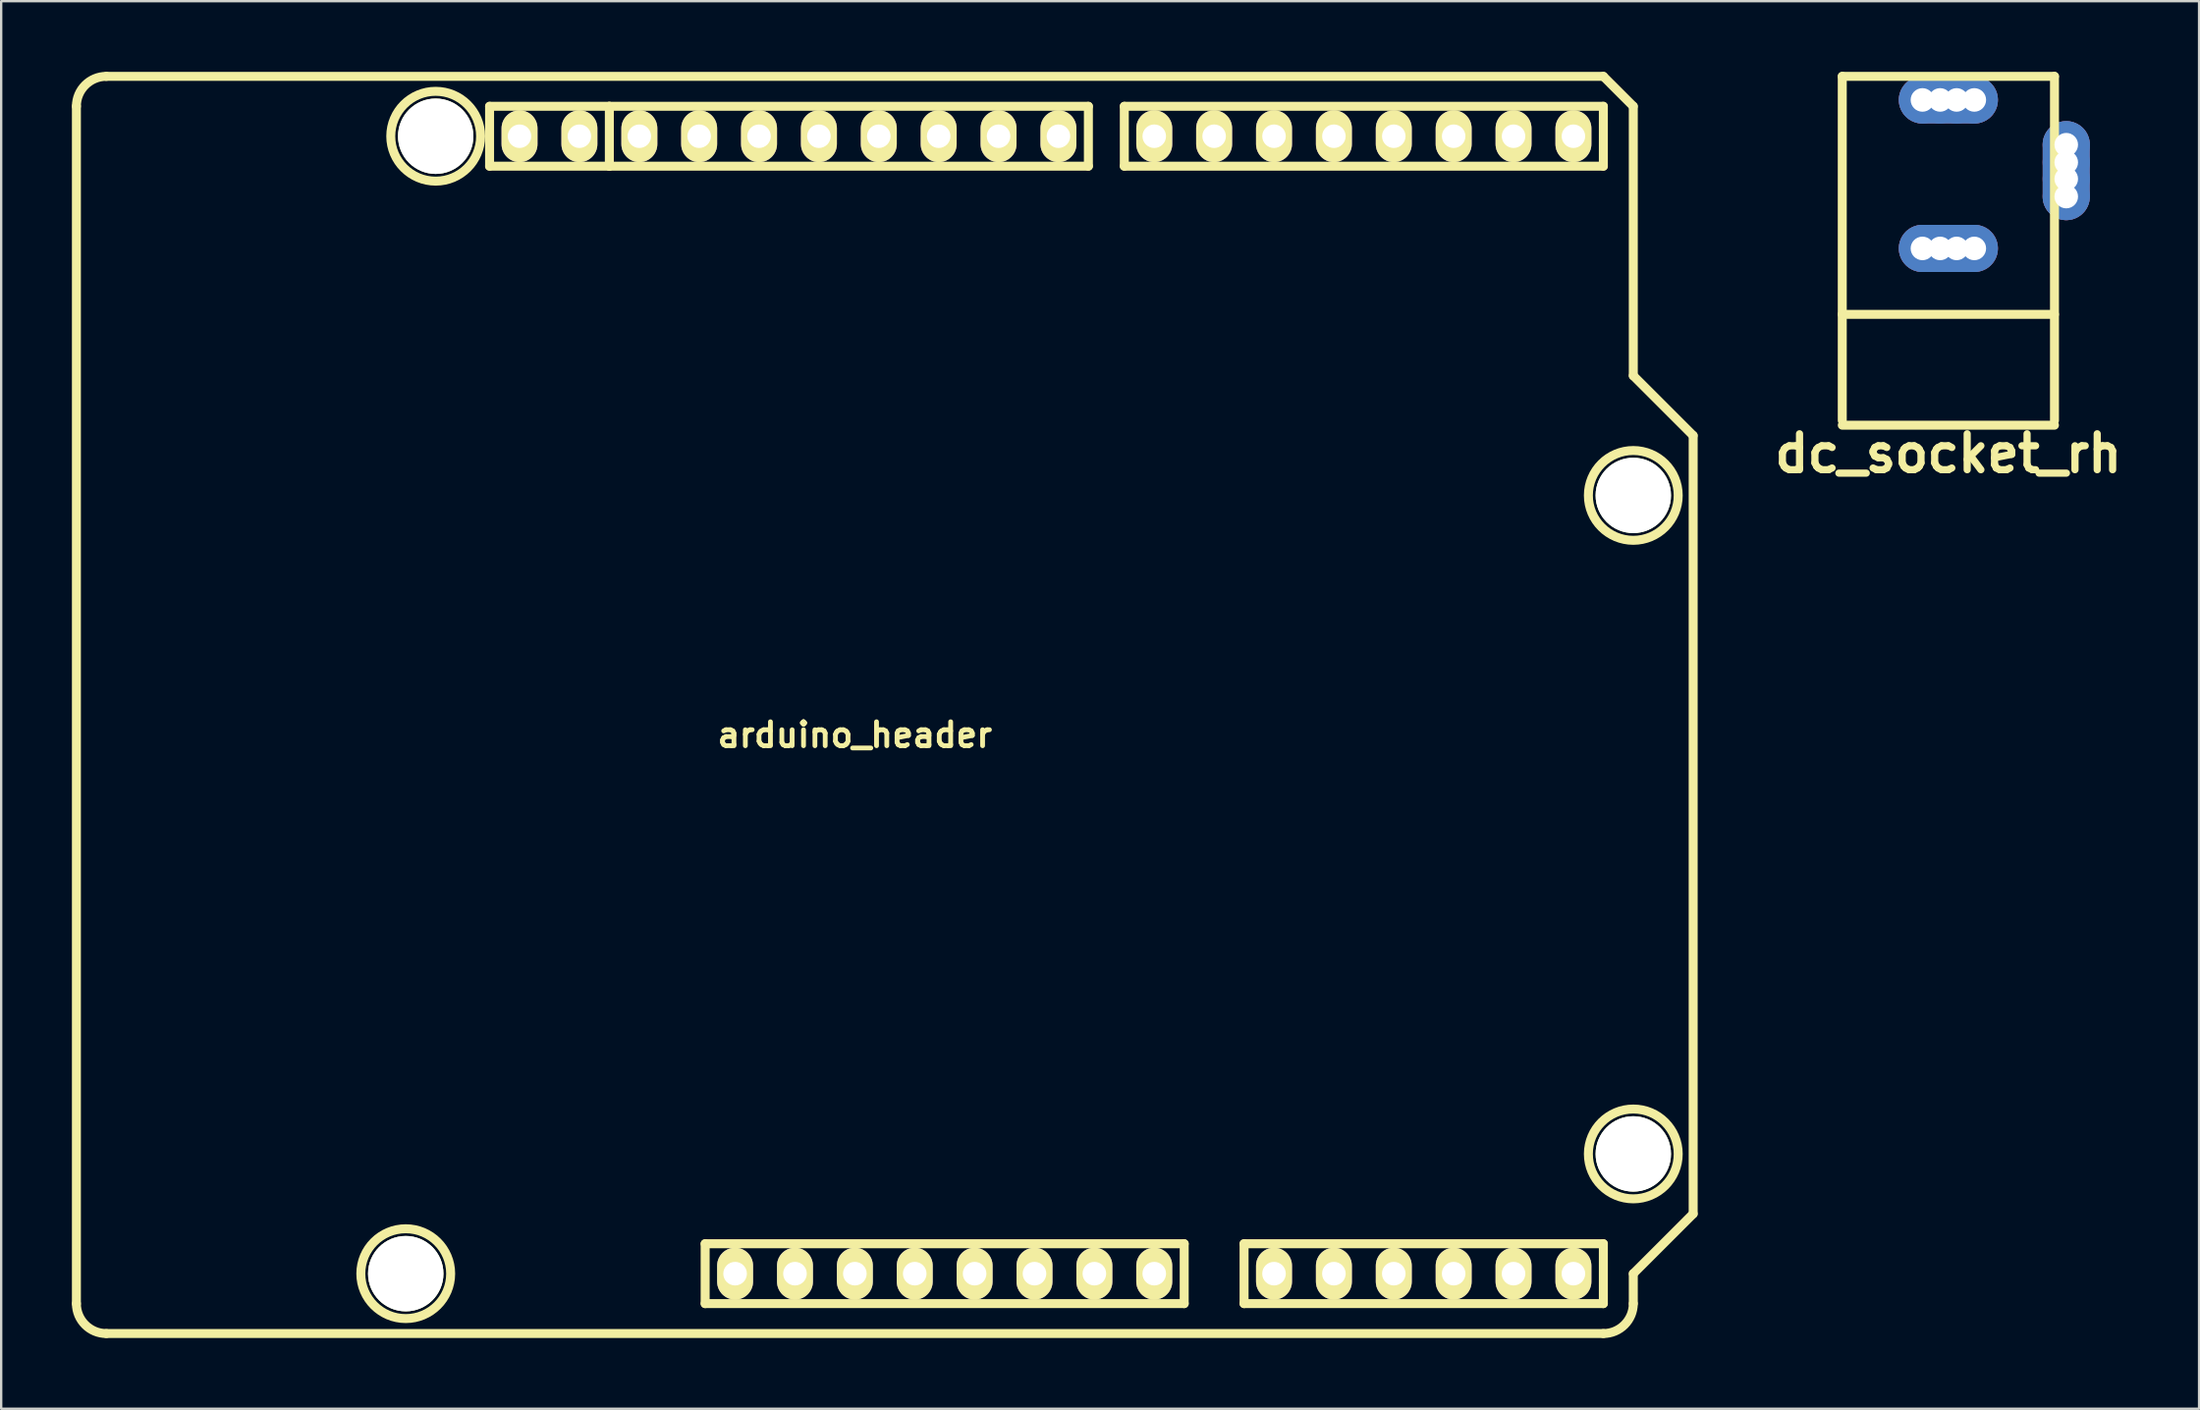
<source format=kicad_pcb>
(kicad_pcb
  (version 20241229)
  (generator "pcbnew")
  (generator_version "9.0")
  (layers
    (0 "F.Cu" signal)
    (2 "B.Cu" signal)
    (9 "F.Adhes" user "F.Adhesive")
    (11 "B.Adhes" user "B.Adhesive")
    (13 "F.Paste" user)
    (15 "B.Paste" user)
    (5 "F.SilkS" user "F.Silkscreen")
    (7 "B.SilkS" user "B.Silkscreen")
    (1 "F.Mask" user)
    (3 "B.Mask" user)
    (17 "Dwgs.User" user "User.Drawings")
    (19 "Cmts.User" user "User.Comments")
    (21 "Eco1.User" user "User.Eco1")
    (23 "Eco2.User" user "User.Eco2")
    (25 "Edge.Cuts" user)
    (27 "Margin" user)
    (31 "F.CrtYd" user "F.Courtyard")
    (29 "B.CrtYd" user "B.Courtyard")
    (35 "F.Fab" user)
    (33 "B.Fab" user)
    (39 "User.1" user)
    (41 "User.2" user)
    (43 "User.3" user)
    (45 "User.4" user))
  (footprint "dc_socket_rh"
    (layer "F.Cu")
    (at 79.596 7.49)
    (property "Reference" "dc_socket_rh" (at 0 8.7 0) (layer "F.SilkS") (effects (font (size 1.524 1.524) (thickness 0.305))))
    (attr through_hole)
    (fp_line (start -4.501 -7.3) (end -4.501 7.3) (stroke (width 0.381) (type solid)) (layer "F.SilkS"))
    (fp_line (start -4.501 2.799) (end 4.501 2.799) (stroke (width 0.381) (type solid)) (layer "F.SilkS"))
    (fp_line (start -4.5 7.5) (end 4.5 7.5) (stroke (width 0.381) (type solid)) (layer "F.SilkS"))
    (fp_line (start 4.501 -7.3) (end -4.501 -7.3) (stroke (width 0.381) (type solid)) (layer "F.SilkS"))
    (fp_line (start 4.501 7.3) (end 4.501 -7.3) (stroke (width 0.381) (type solid)) (layer "F.SilkS"))
    (pad "1" thru_hole circle (at 5 -4.4) (size 2 2) (drill 1) (layers "*.Cu"))
    (pad "1" thru_hole circle (at 5 -3.65) (size 2 2) (drill 1) (layers "*.Cu"))
    (pad "1" smd oval (at 5 -3.3) (size 2 4.2) (layers "F.Cu" "F.Mask"))
    (pad "1" smd oval (at 5 -3.3) (size 2 4.2) (layers "B.Cu" "B.Mask"))
    (pad "1" thru_hole circle (at 5 -2.95) (size 2 2) (drill 1) (layers "*.Cu"))
    (pad "1" thru_hole circle (at 5 -2.2) (size 2 2) (drill 1) (layers "*.Cu"))
    (pad "2" thru_hole circle (at -1.1 0) (size 2 2) (drill 1) (layers "*.Cu"))
    (pad "2" thru_hole circle (at -0.35 0) (size 2 2) (drill 1) (layers "*.Cu"))
    (pad "2" smd oval (at 0 0) (size 4.2 2) (layers "F.Cu" "F.Mask"))
    (pad "2" smd oval (at 0 0) (size 4.2 2) (layers "B.Cu" "B.Mask"))
    (pad "2" thru_hole circle (at 0.35 0) (size 2 2) (drill 1) (layers "*.Cu"))
    (pad "2" thru_hole circle (at 1.1 0) (size 2 2) (drill 1) (layers "*.Cu"))
    (pad "3" thru_hole circle (at -1.1 -6.3) (size 2 2) (drill 1) (layers "*.Cu"))
    (pad "3" thru_hole circle (at -0.35 -6.3) (size 2 2) (drill 1) (layers "*.Cu"))
    (pad "3" smd oval (at 0 -6.3) (size 4.2 2) (layers "F.Cu" "F.Mask"))
    (pad "3" smd oval (at 0 -6.3) (size 4.2 2) (layers "B.Cu" "B.Mask"))
    (pad "3" thru_hole circle (at 0.35 -6.3) (size 2 2) (drill 1) (layers "*.Cu"))
    (pad "3" thru_hole circle (at 1.1 -6.3) (size 2 2) (drill 1) (layers "*.Cu")))
  (footprint "arduino_header"
    (layer "F.Cu")
    (at 33.211 26.86)
    (property "Reference" "arduino_header" (at 0 1.27 0) (layer "F.SilkS") (effects (font (size 1.016 1.016) (thickness 0.203))))
    (attr through_hole)
    (fp_line (start -33.02 25.4) (end -33.02 -25.4) (stroke (width 0.381) (type solid)) (layer "F.SilkS"))
    (fp_line (start -31.75 26.67) (end 31.75 26.67) (stroke (width 0.381) (type solid)) (layer "F.SilkS"))
    (fp_line (start -15.494 -25.4) (end -15.494 -22.86) (stroke (width 0.381) (type solid)) (layer "F.SilkS"))
    (fp_line (start -15.494 -22.86) (end -10.414 -22.86) (stroke (width 0.381) (type solid)) (layer "F.SilkS"))
    (fp_line (start -10.414 -25.4) (end -15.494 -25.4) (stroke (width 0.381) (type solid)) (layer "F.SilkS"))
    (fp_line (start -10.414 -22.86) (end -10.414 -25.4) (stroke (width 0.381) (type solid)) (layer "F.SilkS"))
    (fp_line (start -6.35 25.4) (end -6.35 22.86) (stroke (width 0.381) (type solid)) (layer "F.SilkS"))
    (fp_line (start -6.35 25.4) (end 13.97 25.4) (stroke (width 0.381) (type solid)) (layer "F.SilkS"))
    (fp_line (start 9.906 -25.4) (end -10.414 -25.4) (stroke (width 0.381) (type solid)) (layer "F.SilkS"))
    (fp_line (start 9.906 -22.86) (end -10.414 -22.86) (stroke (width 0.381) (type solid)) (layer "F.SilkS"))
    (fp_line (start 9.906 -22.86) (end 9.906 -25.4) (stroke (width 0.381) (type solid)) (layer "F.SilkS"))
    (fp_line (start 11.43 -25.4) (end 31.75 -25.4) (stroke (width 0.381) (type solid)) (layer "F.SilkS"))
    (fp_line (start 11.43 -22.86) (end 11.43 -25.4) (stroke (width 0.381) (type solid)) (layer "F.SilkS"))
    (fp_line (start 13.97 22.86) (end -6.35 22.86) (stroke (width 0.381) (type solid)) (layer "F.SilkS"))
    (fp_line (start 13.97 22.86) (end 13.97 25.4) (stroke (width 0.381) (type solid)) (layer "F.SilkS"))
    (fp_line (start 16.51 22.86) (end 16.51 25.4) (stroke (width 0.381) (type solid)) (layer "F.SilkS"))
    (fp_line (start 16.51 22.86) (end 31.75 22.86) (stroke (width 0.381) (type solid)) (layer "F.SilkS"))
    (fp_line (start 31.75 -26.67) (end -31.75 -26.67) (stroke (width 0.381) (type solid)) (layer "F.SilkS"))
    (fp_line (start 31.75 -26.67) (end 33.02 -25.4) (stroke (width 0.381) (type solid)) (layer "F.SilkS"))
    (fp_line (start 31.75 -25.4) (end 31.75 -22.86) (stroke (width 0.381) (type solid)) (layer "F.SilkS"))
    (fp_line (start 31.75 -22.86) (end 11.43 -22.86) (stroke (width 0.381) (type solid)) (layer "F.SilkS"))
    (fp_line (start 31.75 25.4) (end 16.51 25.4) (stroke (width 0.381) (type solid)) (layer "F.SilkS"))
    (fp_line (start 31.75 25.4) (end 31.75 22.86) (stroke (width 0.381) (type solid)) (layer "F.SilkS"))
    (fp_line (start 33.02 -25.4) (end 33.02 -13.97) (stroke (width 0.381) (type solid)) (layer "F.SilkS"))
    (fp_line (start 33.02 -13.97) (end 35.56 -11.43) (stroke (width 0.381) (type solid)) (layer "F.SilkS"))
    (fp_line (start 33.02 24.13) (end 33.02 25.4) (stroke (width 0.381) (type solid)) (layer "F.SilkS"))
    (fp_line (start 35.56 21.59) (end 33.02 24.13) (stroke (width 0.381) (type solid)) (layer "F.SilkS"))
    (fp_line (start 35.56 21.59) (end 35.56 -11.43) (stroke (width 0.381) (type solid)) (layer "F.SilkS"))
    (fp_arc (start -33.02 -25.4) (mid -32.648026 -26.298026) (end -31.75 -26.67) (stroke (width 0.381) (type solid)) (layer "F.SilkS"))
    (fp_arc (start -31.75 26.67) (mid -32.648026 26.298026) (end -33.02 25.4) (stroke (width 0.381) (type solid)) (layer "F.SilkS"))
    (fp_arc (start 33.02 25.4) (mid 32.648026 26.298026) (end 31.75 26.67) (stroke (width 0.381) (type solid)) (layer "F.SilkS"))
    (fp_circle (center -19.05 24.13) (end -17.145 24.13) (stroke (width 0.381) (type solid)) (fill no) (layer "F.SilkS"))
    (fp_circle (center -17.78 -24.13) (end -15.875 -24.13) (stroke (width 0.381) (type solid)) (fill no) (layer "F.SilkS"))
    (fp_circle (center 33.02 -8.89) (end 34.925 -8.89) (stroke (width 0.381) (type solid)) (fill no) (layer "F.SilkS"))
    (fp_circle (center 33.02 19.05) (end 34.925 19.05) (stroke (width 0.381) (type solid)) (fill no) (layer "F.SilkS"))
    (pad "" np_thru_hole circle (at -19.05 24.13) (size 3.198 3.198) (drill 3.198) (layers "*.Cu" "*.Mask" "F.SilkS"))
    (pad "" np_thru_hole circle (at -17.78 -24.13) (size 3.198 3.198) (drill 3.198) (layers "*.Cu" "*.Mask" "F.SilkS"))
    (pad "" np_thru_hole circle (at 33.02 -8.89) (size 3.198 3.198) (drill 3.198) (layers "*.Cu" "*.Mask" "F.SilkS"))
    (pad "" np_thru_hole circle (at 33.02 19.05) (size 3.198 3.198) (drill 3.198) (layers "*.Cu" "*.Mask" "F.SilkS"))
    (pad "1" thru_hole oval (at -5.08 24.13) (size 1.524 2.2) (drill 1.001) (layers "*.Cu" "*.Mask" "F.SilkS"))
    (pad "2" thru_hole oval (at -2.54 24.13) (size 1.524 2.2) (drill 1.001) (layers "*.Cu" "*.Mask" "F.SilkS"))
    (pad "3" thru_hole oval (at 0 24.13) (size 1.524 2.2) (drill 1.001) (layers "*.Cu" "*.Mask" "F.SilkS"))
    (pad "4" thru_hole oval (at 2.54 24.13) (size 1.524 2.2) (drill 1.001) (layers "*.Cu" "*.Mask" "F.SilkS"))
    (pad "5" thru_hole oval (at 5.08 24.13) (size 1.524 2.2) (drill 1.001) (layers "*.Cu" "*.Mask" "F.SilkS"))
    (pad "6" thru_hole oval (at 7.62 24.13) (size 1.524 2.2) (drill 1.001) (layers "*.Cu" "*.Mask" "F.SilkS"))
    (pad "7" thru_hole oval (at 10.16 24.13) (size 1.524 2.2) (drill 1.001) (layers "*.Cu" "*.Mask" "F.SilkS"))
    (pad "8" thru_hole oval (at 12.7 24.13) (size 1.524 2.2) (drill 1.001) (layers "*.Cu" "*.Mask" "F.SilkS"))
    (pad "9" thru_hole oval (at 17.78 24.13) (size 1.524 2.2) (drill 1.001) (layers "*.Cu" "*.Mask" "F.SilkS"))
    (pad "10" thru_hole oval (at 20.32 24.13) (size 1.524 2.2) (drill 1.001) (layers "*.Cu" "*.Mask" "F.SilkS"))
    (pad "11" thru_hole oval (at 22.86 24.13) (size 1.524 2.2) (drill 1.001) (layers "*.Cu" "*.Mask" "F.SilkS"))
    (pad "12" thru_hole oval (at 25.4 24.13) (size 1.524 2.2) (drill 1.001) (layers "*.Cu" "*.Mask" "F.SilkS"))
    (pad "13" thru_hole oval (at 27.94 24.13) (size 1.524 2.2) (drill 1.001) (layers "*.Cu" "*.Mask" "F.SilkS"))
    (pad "14" thru_hole oval (at 30.48 24.13) (size 1.524 2.2) (drill 1.001) (layers "*.Cu" "*.Mask" "F.SilkS"))
    (pad "15" thru_hole oval (at 30.48 -24.13) (size 1.524 2.197) (drill 0.998) (layers "*.Cu" "*.Mask" "F.SilkS"))
    (pad "16" thru_hole oval (at 27.94 -24.13) (size 1.524 2.197) (drill 0.998) (layers "*.Cu" "*.Mask" "F.SilkS"))
    (pad "17" thru_hole oval (at 25.4 -24.13) (size 1.524 2.197) (drill 0.998) (layers "*.Cu" "*.Mask" "F.SilkS"))
    (pad "18" thru_hole oval (at 22.86 -24.13) (size 1.524 2.197) (drill 0.998) (layers "*.Cu" "*.Mask" "F.SilkS"))
    (pad "19" thru_hole oval (at 20.32 -24.13) (size 1.524 2.197) (drill 0.998) (layers "*.Cu" "*.Mask" "F.SilkS"))
    (pad "20" thru_hole oval (at 17.78 -24.13) (size 1.524 2.197) (drill 0.998) (layers "*.Cu" "*.Mask" "F.SilkS"))
    (pad "21" thru_hole oval (at 15.24 -24.13) (size 1.524 2.197) (drill 0.998) (layers "*.Cu" "*.Mask" "F.SilkS"))
    (pad "22" thru_hole oval (at 12.7 -24.13) (size 1.524 2.197) (drill 0.998) (layers "*.Cu" "*.Mask" "F.SilkS"))
    (pad "23" thru_hole oval (at 8.636 -24.13) (size 1.524 2.197) (drill 0.998) (layers "*.Cu" "*.Mask" "F.SilkS"))
    (pad "24" thru_hole oval (at 6.096 -24.13) (size 1.524 2.197) (drill 0.998) (layers "*.Cu" "*.Mask" "F.SilkS"))
    (pad "25" thru_hole oval (at 3.556 -24.13) (size 1.524 2.197) (drill 0.998) (layers "*.Cu" "*.Mask" "F.SilkS"))
    (pad "26" thru_hole oval (at 1.016 -24.13) (size 1.524 2.197) (drill 0.998) (layers "*.Cu" "*.Mask" "F.SilkS"))
    (pad "27" thru_hole oval (at -1.524 -24.13) (size 1.524 2.197) (drill 0.998) (layers "*.Cu" "*.Mask" "F.SilkS"))
    (pad "28" thru_hole oval (at -4.064 -24.13) (size 1.524 2.197) (drill 0.998) (layers "*.Cu" "*.Mask" "F.SilkS"))
    (pad "29" thru_hole oval (at -6.604 -24.13) (size 1.524 2.197) (drill 0.998) (layers "*.Cu" "*.Mask" "F.SilkS"))
    (pad "30" thru_hole oval (at -9.141 -24.13) (size 1.524 2.197) (drill 0.998) (layers "*.Cu" "*.Mask" "F.SilkS"))
    (pad "31" thru_hole oval (at -11.684 -24.13) (size 1.524 2.197) (drill 0.998) (layers "*.Cu" "*.Mask" "F.SilkS"))
    (pad "32" thru_hole oval (at -14.224 -24.13) (size 1.524 2.197) (drill 0.998) (layers "*.Cu" "*.Mask" "F.SilkS")))
  (gr_rect
    (start -3 -3)
    (end 90.23 56.721)
    (stroke (width 0.1) (type default))
    (fill no)
    (layer "Edge.Cuts")))
</source>
